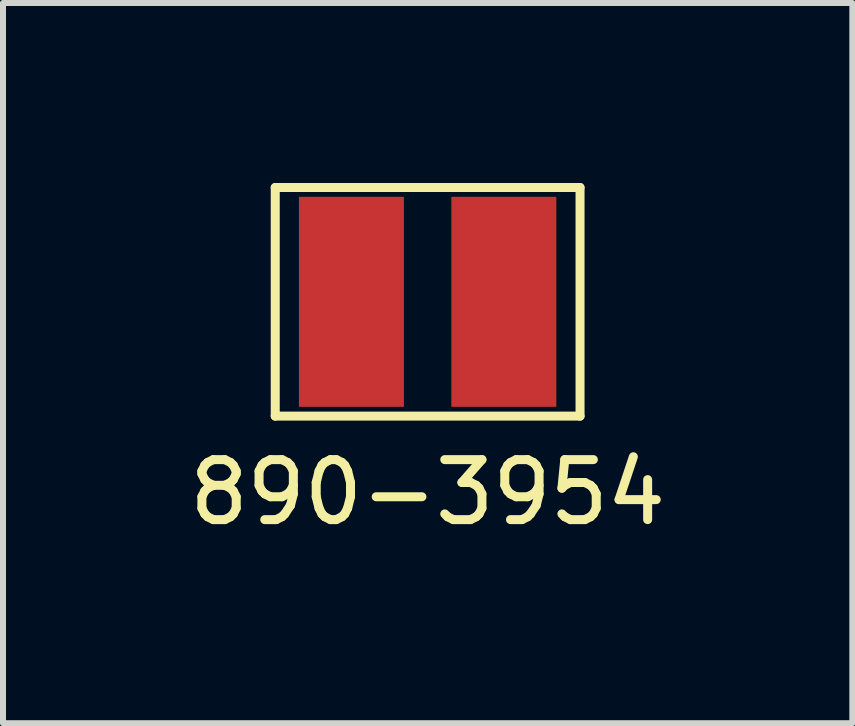
<source format=kicad_pcb>
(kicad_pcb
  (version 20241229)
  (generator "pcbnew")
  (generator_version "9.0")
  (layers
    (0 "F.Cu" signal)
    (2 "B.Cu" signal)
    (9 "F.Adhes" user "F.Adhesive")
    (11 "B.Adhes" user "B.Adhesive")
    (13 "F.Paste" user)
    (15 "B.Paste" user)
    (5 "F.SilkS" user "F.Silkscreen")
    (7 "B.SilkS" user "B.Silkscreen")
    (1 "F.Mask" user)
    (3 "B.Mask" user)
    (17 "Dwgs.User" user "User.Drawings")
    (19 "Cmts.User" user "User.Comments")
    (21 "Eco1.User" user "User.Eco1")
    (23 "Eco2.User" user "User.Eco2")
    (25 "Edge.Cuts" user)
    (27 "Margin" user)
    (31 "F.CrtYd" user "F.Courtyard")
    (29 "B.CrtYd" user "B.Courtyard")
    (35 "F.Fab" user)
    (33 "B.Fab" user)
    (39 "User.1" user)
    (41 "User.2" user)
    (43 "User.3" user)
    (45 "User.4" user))
  (footprint "890-3954"
    (layer "F.Cu")
    (at 4.077 1.98)
    (property "Reference" "890-3954" (at 0 3.175 0) (layer "F.SilkS") (effects (font (size 1 1) (thickness 0.15))))
    (attr through_hole)
    (fp_line (start -2.54 -1.905) (end 2.54 -1.905) (stroke (width 0.15) (type solid)) (layer "F.SilkS"))
    (fp_line (start -2.54 1.905) (end -2.54 -1.905) (stroke (width 0.15) (type solid)) (layer "F.SilkS"))
    (fp_line (start 2.54 -1.905) (end 2.54 1.905) (stroke (width 0.15) (type solid)) (layer "F.SilkS"))
    (fp_line (start 2.54 1.905) (end -2.54 1.905) (stroke (width 0.15) (type solid)) (layer "F.SilkS"))
    (pad "1" smd rect (at 1.27 0) (size 1.75 3.5) (layers "F.Cu" "F.Mask" "F.Paste"))
    (pad "2" smd rect (at -1.27 0) (size 1.75 3.5) (layers "F.Cu" "F.Mask" "F.Paste")))
  (gr_rect
    (start -3 -3)
    (end 11.155 9.003)
    (stroke (width 0.1) (type default))
    (fill no)
    (layer "Edge.Cuts")))
</source>
